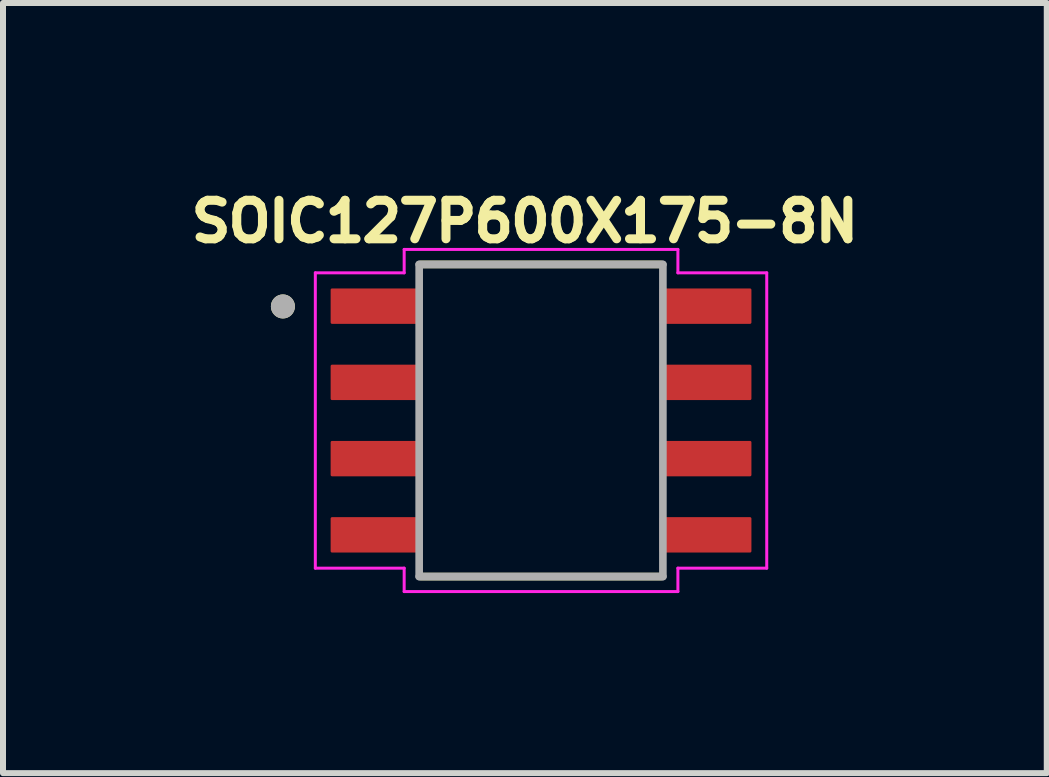
<source format=kicad_pcb>
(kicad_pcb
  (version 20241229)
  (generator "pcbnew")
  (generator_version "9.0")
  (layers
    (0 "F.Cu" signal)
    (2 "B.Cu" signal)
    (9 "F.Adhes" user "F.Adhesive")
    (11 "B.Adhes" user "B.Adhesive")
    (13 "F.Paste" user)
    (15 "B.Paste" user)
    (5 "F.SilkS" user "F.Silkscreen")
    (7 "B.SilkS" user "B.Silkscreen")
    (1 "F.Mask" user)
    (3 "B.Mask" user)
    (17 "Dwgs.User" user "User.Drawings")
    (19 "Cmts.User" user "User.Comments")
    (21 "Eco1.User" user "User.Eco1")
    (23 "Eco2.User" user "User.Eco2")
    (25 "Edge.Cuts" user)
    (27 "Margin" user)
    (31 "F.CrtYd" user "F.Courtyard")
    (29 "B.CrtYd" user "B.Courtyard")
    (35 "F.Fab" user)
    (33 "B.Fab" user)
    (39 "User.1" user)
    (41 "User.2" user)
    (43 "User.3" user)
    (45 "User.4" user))
  (footprint "SOIC127P600X175-8N"
    (layer "F.Cu")
    (at 5.963 3.955)
    (property "Reference" "SOIC127P600X175-8N" (at -0.269 -3.316 0) (layer "F.SilkS") (effects (font (size 0.642 0.642) (thickness 0.15))))
    (attr smd)
    (fp_line (start -2 -2.6) (end 2 -2.6) (stroke (width 0.127) (type solid)) (layer "F.SilkS"))
    (fp_line (start -2 2.6) (end 2 2.6) (stroke (width 0.127) (type solid)) (layer "F.SilkS"))
    (fp_circle (center -4.3 -1.9) (end -4.2 -1.9) (stroke (width 0.2) (type solid)) (fill no) (layer "F.SilkS"))
    (fp_line (start -3.76 -2.46) (end -2.28 -2.46) (stroke (width 0.05) (type solid)) (layer "F.CrtYd"))
    (fp_line (start -3.76 2.46) (end -3.76 -2.46) (stroke (width 0.05) (type solid)) (layer "F.CrtYd"))
    (fp_line (start -2.28 -2.85) (end 2.28 -2.85) (stroke (width 0.05) (type solid)) (layer "F.CrtYd"))
    (fp_line (start -2.28 -2.46) (end -2.28 -2.85) (stroke (width 0.05) (type solid)) (layer "F.CrtYd"))
    (fp_line (start -2.28 2.46) (end -3.76 2.46) (stroke (width 0.05) (type solid)) (layer "F.CrtYd"))
    (fp_line (start -2.28 2.85) (end -2.28 2.46) (stroke (width 0.05) (type solid)) (layer "F.CrtYd"))
    (fp_line (start 2.28 -2.85) (end 2.28 -2.46) (stroke (width 0.05) (type solid)) (layer "F.CrtYd"))
    (fp_line (start 2.28 -2.46) (end 3.76 -2.46) (stroke (width 0.05) (type solid)) (layer "F.CrtYd"))
    (fp_line (start 2.28 2.46) (end 2.28 2.85) (stroke (width 0.05) (type solid)) (layer "F.CrtYd"))
    (fp_line (start 2.28 2.85) (end -2.28 2.85) (stroke (width 0.05) (type solid)) (layer "F.CrtYd"))
    (fp_line (start 3.76 -2.46) (end 3.76 2.46) (stroke (width 0.05) (type solid)) (layer "F.CrtYd"))
    (fp_line (start 3.76 2.46) (end 2.28 2.46) (stroke (width 0.05) (type solid)) (layer "F.CrtYd"))
    (fp_line (start -2.03 -2.6) (end 2.03 -2.6) (stroke (width 0.127) (type solid)) (layer "F.Fab"))
    (fp_line (start -2.03 2.6) (end -2.03 -2.6) (stroke (width 0.127) (type solid)) (layer "F.Fab"))
    (fp_line (start 2.03 -2.6) (end 2.03 2.6) (stroke (width 0.127) (type solid)) (layer "F.Fab"))
    (fp_line (start 2.03 2.6) (end -2.03 2.6) (stroke (width 0.127) (type solid)) (layer "F.Fab"))
    (fp_circle (center -4.3 -1.9) (end -4.2 -1.9) (stroke (width 0.2) (type solid)) (fill no) (layer "F.Fab"))
    (pad "1" smd roundrect (at -2.74 -1.905) (size 1.53 0.59) (layers "F.Cu" "F.Mask" "F.Paste") (roundrect_rratio 0.04))
    (pad "2" smd roundrect (at -2.74 -0.635) (size 1.53 0.59) (layers "F.Cu" "F.Mask" "F.Paste") (roundrect_rratio 0.04))
    (pad "3" smd roundrect (at -2.74 0.635) (size 1.53 0.59) (layers "F.Cu" "F.Mask" "F.Paste") (roundrect_rratio 0.04))
    (pad "4" smd roundrect (at -2.74 1.905) (size 1.53 0.59) (layers "F.Cu" "F.Mask" "F.Paste") (roundrect_rratio 0.04))
    (pad "5" smd roundrect (at 2.74 1.905 180) (size 1.53 0.59) (layers "F.Cu" "F.Mask" "F.Paste") (roundrect_rratio 0.04))
    (pad "6" smd roundrect (at 2.74 0.635 180) (size 1.53 0.59) (layers "F.Cu" "F.Mask" "F.Paste") (roundrect_rratio 0.04))
    (pad "7" smd roundrect (at 2.74 -0.635 180) (size 1.53 0.59) (layers "F.Cu" "F.Mask" "F.Paste") (roundrect_rratio 0.04))
    (pad "8" smd roundrect (at 2.74 -1.905 180) (size 1.53 0.59) (layers "F.Cu" "F.Mask" "F.Paste") (roundrect_rratio 0.04)))
  (gr_rect
    (start -3 -3)
    (end 14.388 9.83)
    (stroke (width 0.1) (type default))
    (fill no)
    (layer "Edge.Cuts")))
</source>
